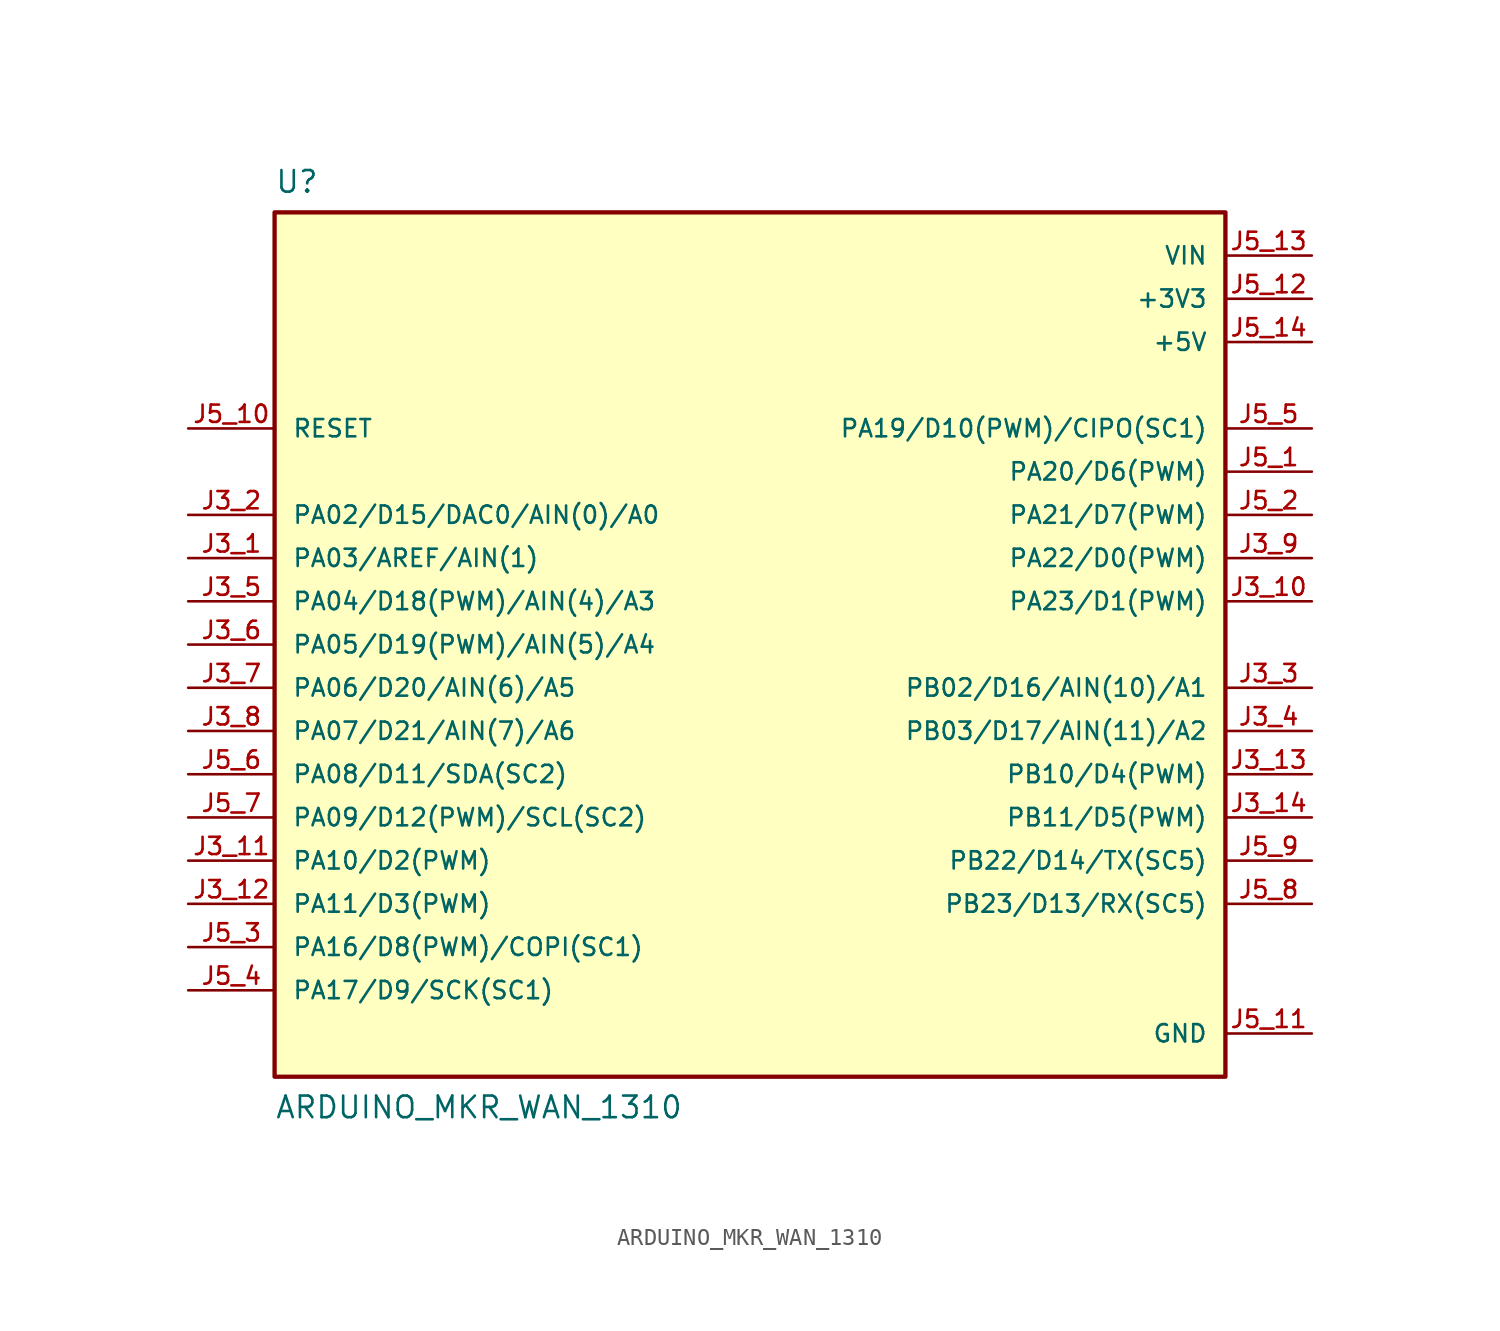
<source format=kicad_sym>
(kicad_symbol_lib
  (version 20211014)
  (generator kicad_symbol_editor)
  (symbol "ARDUINO_MKR_WAN_1310"
    (pin_names
      (offset 1.016))
    (property "Reference" "U"
      (at -27.94 27.94 0)
      (effects (font (size 1.27 1.27)) (justify top left)))
    (property "Value" "ARDUINO_MKR_WAN_1310"
      (at -27.94 -27.94 0)
      (effects (font (size 1.27 1.27)) (justify bottom left)))
    (symbol "ARDUINO_MKR_WAN_1310_0_0"
      (rectangle (start -27.94 -25.4) (end 27.94 25.4) (stroke (width 0.254)) (fill (type background)))
      (pin bidirectional line (at -33.02 5.08 0) (length 5.08) (name "PA03/AREF/AIN(1)" (effects (font (size 1.016 1.016)))) (number "J3_1" (effects (font (size 1.016 1.016)))))
      (pin bidirectional line (at -33.02 7.62 0) (length 5.08) (name "PA02/D15/DAC0/AIN(0)/A0" (effects (font (size 1.016 1.016)))) (number "J3_2" (effects (font (size 1.016 1.016)))))
      (pin bidirectional line (at 33.02 -2.54 180.0) (length 5.08) (name "PB02/D16/AIN(10)/A1" (effects (font (size 1.016 1.016)))) (number "J3_3" (effects (font (size 1.016 1.016)))))
      (pin bidirectional line (at 33.02 -5.08 180.0) (length 5.08) (name "PB03/D17/AIN(11)/A2" (effects (font (size 1.016 1.016)))) (number "J3_4" (effects (font (size 1.016 1.016)))))
      (pin bidirectional line (at -33.02 2.54 0) (length 5.08) (name "PA04/D18(PWM)/AIN(4)/A3" (effects (font (size 1.016 1.016)))) (number "J3_5" (effects (font (size 1.016 1.016)))))
      (pin bidirectional line (at -33.02 0.0 0) (length 5.08) (name "PA05/D19(PWM)/AIN(5)/A4" (effects (font (size 1.016 1.016)))) (number "J3_6" (effects (font (size 1.016 1.016)))))
      (pin bidirectional line (at -33.02 -2.54 0) (length 5.08) (name "PA06/D20/AIN(6)/A5" (effects (font (size 1.016 1.016)))) (number "J3_7" (effects (font (size 1.016 1.016)))))
      (pin bidirectional line (at -33.02 -5.08 0) (length 5.08) (name "PA07/D21/AIN(7)/A6" (effects (font (size 1.016 1.016)))) (number "J3_8" (effects (font (size 1.016 1.016)))))
      (pin bidirectional line (at 33.02 5.08 180.0) (length 5.08) (name "PA22/D0(PWM)" (effects (font (size 1.016 1.016)))) (number "J3_9" (effects (font (size 1.016 1.016)))))
      (pin bidirectional line (at 33.02 2.54 180.0) (length 5.08) (name "PA23/D1(PWM)" (effects (font (size 1.016 1.016)))) (number "J3_10" (effects (font (size 1.016 1.016)))))
      (pin bidirectional line (at -33.02 -12.7 0) (length 5.08) (name "PA10/D2(PWM)" (effects (font (size 1.016 1.016)))) (number "J3_11" (effects (font (size 1.016 1.016)))))
      (pin bidirectional line (at -33.02 -15.24 0) (length 5.08) (name "PA11/D3(PWM)" (effects (font (size 1.016 1.016)))) (number "J3_12" (effects (font (size 1.016 1.016)))))
      (pin bidirectional line (at 33.02 -7.62 180.0) (length 5.08) (name "PB10/D4(PWM)" (effects (font (size 1.016 1.016)))) (number "J3_13" (effects (font (size 1.016 1.016)))))
      (pin bidirectional line (at 33.02 -10.16 180.0) (length 5.08) (name "PB11/D5(PWM)" (effects (font (size 1.016 1.016)))) (number "J3_14" (effects (font (size 1.016 1.016)))))
      (pin power_in line (at 33.02 17.78 180.0) (length 5.08) (name "+5V" (effects (font (size 1.016 1.016)))) (number "J5_14" (effects (font (size 1.016 1.016)))))
      (pin power_in line (at 33.02 22.86 180.0) (length 5.08) (name "VIN" (effects (font (size 1.016 1.016)))) (number "J5_13" (effects (font (size 1.016 1.016)))))
      (pin power_in line (at 33.02 20.32 180.0) (length 5.08) (name "+3V3" (effects (font (size 1.016 1.016)))) (number "J5_12" (effects (font (size 1.016 1.016)))))
      (pin power_in line (at 33.02 -22.86 180.0) (length 5.08) (name "GND" (effects (font (size 1.016 1.016)))) (number "J5_11" (effects (font (size 1.016 1.016)))))
      (pin input line (at -33.02 12.7 0) (length 5.08) (name "RESET" (effects (font (size 1.016 1.016)))) (number "J5_10" (effects (font (size 1.016 1.016)))))
      (pin bidirectional line (at 33.02 -12.7 180.0) (length 5.08) (name "PB22/D14/TX(SC5)" (effects (font (size 1.016 1.016)))) (number "J5_9" (effects (font (size 1.016 1.016)))))
      (pin bidirectional line (at 33.02 -15.24 180.0) (length 5.08) (name "PB23/D13/RX(SC5)" (effects (font (size 1.016 1.016)))) (number "J5_8" (effects (font (size 1.016 1.016)))))
      (pin bidirectional line (at -33.02 -10.16 0) (length 5.08) (name "PA09/D12(PWM)/SCL(SC2)" (effects (font (size 1.016 1.016)))) (number "J5_7" (effects (font (size 1.016 1.016)))))
      (pin bidirectional line (at -33.02 -7.62 0) (length 5.08) (name "PA08/D11/SDA(SC2)" (effects (font (size 1.016 1.016)))) (number "J5_6" (effects (font (size 1.016 1.016)))))
      (pin bidirectional line (at 33.02 12.7 180.0) (length 5.08) (name "PA19/D10(PWM)/CIPO(SC1)" (effects (font (size 1.016 1.016)))) (number "J5_5" (effects (font (size 1.016 1.016)))))
      (pin bidirectional line (at -33.02 -20.32 0) (length 5.08) (name "PA17/D9/SCK(SC1)" (effects (font (size 1.016 1.016)))) (number "J5_4" (effects (font (size 1.016 1.016)))))
      (pin bidirectional line (at -33.02 -17.78 0) (length 5.08) (name "PA16/D8(PWM)/COPI(SC1)" (effects (font (size 1.016 1.016)))) (number "J5_3" (effects (font (size 1.016 1.016)))))
      (pin bidirectional line (at 33.02 7.62 180.0) (length 5.08) (name "PA21/D7(PWM)" (effects (font (size 1.016 1.016)))) (number "J5_2" (effects (font (size 1.016 1.016)))))
      (pin bidirectional line (at 33.02 10.16 180.0) (length 5.08) (name "PA20/D6(PWM)" (effects (font (size 1.016 1.016)))) (number "J5_1" (effects (font (size 1.016 1.016))))))))
</source>
